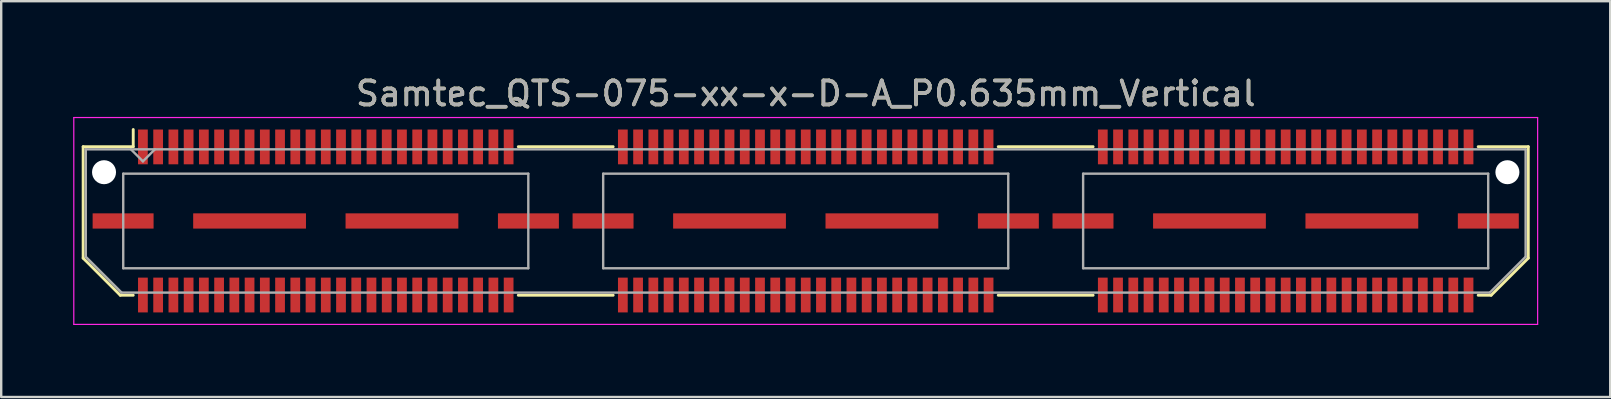
<source format=kicad_pcb>
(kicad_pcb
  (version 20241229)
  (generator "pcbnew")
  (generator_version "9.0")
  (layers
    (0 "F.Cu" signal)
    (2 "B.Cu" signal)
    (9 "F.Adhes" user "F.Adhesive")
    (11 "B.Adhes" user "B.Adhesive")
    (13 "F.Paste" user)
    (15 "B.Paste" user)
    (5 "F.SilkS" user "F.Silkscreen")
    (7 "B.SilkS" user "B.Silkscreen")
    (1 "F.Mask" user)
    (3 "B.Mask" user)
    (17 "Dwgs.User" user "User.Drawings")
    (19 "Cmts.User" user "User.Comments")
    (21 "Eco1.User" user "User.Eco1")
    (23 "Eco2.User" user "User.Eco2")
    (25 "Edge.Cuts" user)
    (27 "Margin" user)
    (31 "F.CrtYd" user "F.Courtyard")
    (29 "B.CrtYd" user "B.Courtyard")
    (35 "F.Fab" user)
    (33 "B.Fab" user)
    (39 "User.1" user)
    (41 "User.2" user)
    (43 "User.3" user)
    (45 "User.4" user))
  (footprint "Samtec_QTS-075-xx-x-D-A_P0.635mm_Vertical"
    (layer "F.Cu")
    (at 30.525 6.158)
    (property "Reference" "Samtec_QTS-075-xx-x-D-A_P0.635mm_Vertical" (at 0 -5.31 0) (layer "F.SilkS") (effects (font (size 1 1) (thickness 0.15))))
    (attr smd)
    (fp_line (start -30.11 -3.095) (end -30.11 1.548) (stroke (width 0.12) (type solid)) (layer "F.SilkS"))
    (fp_line (start -30.11 1.548) (end -28.562 3.095) (stroke (width 0.12) (type solid)) (layer "F.SilkS"))
    (fp_line (start -28.562 3.095) (end -28.023 3.095) (stroke (width 0.12) (type solid)) (layer "F.SilkS"))
    (fp_line (start -28.023 -3.811) (end -28.023 -3.095) (stroke (width 0.12) (type solid)) (layer "F.SilkS"))
    (fp_line (start -28.023 -3.095) (end -30.11 -3.095) (stroke (width 0.12) (type solid)) (layer "F.SilkS"))
    (fp_line (start -11.977 -3.095) (end -8.023 -3.095) (stroke (width 0.12) (type solid)) (layer "F.SilkS"))
    (fp_line (start -11.977 3.095) (end -8.023 3.095) (stroke (width 0.12) (type solid)) (layer "F.SilkS"))
    (fp_line (start 8.023 -3.095) (end 11.977 -3.095) (stroke (width 0.12) (type solid)) (layer "F.SilkS"))
    (fp_line (start 8.023 3.095) (end 11.977 3.095) (stroke (width 0.12) (type solid)) (layer "F.SilkS"))
    (fp_line (start 28.023 -3.095) (end 30.11 -3.095) (stroke (width 0.12) (type solid)) (layer "F.SilkS"))
    (fp_line (start 28.562 3.095) (end 28.023 3.095) (stroke (width 0.12) (type solid)) (layer "F.SilkS"))
    (fp_line (start 30.11 -3.095) (end 30.11 1.548) (stroke (width 0.12) (type solid)) (layer "F.SilkS"))
    (fp_line (start 30.11 1.548) (end 28.562 3.095) (stroke (width 0.12) (type solid)) (layer "F.SilkS"))
    (fp_line (start -30.5 -4.31) (end -30.5 4.31) (stroke (width 0.05) (type solid)) (layer "F.CrtYd"))
    (fp_line (start -30.5 4.31) (end 30.5 4.31) (stroke (width 0.05) (type solid)) (layer "F.CrtYd"))
    (fp_line (start 30.5 -4.31) (end -30.5 -4.31) (stroke (width 0.05) (type solid)) (layer "F.CrtYd"))
    (fp_line (start 30.5 4.31) (end 30.5 -4.31) (stroke (width 0.05) (type solid)) (layer "F.CrtYd"))
    (fp_line (start -30 -2.985) (end -30 1.492) (stroke (width 0.1) (type solid)) (layer "F.Fab"))
    (fp_line (start -30 -2.985) (end 30 -2.985) (stroke (width 0.1) (type solid)) (layer "F.Fab"))
    (fp_line (start -30 1.492) (end -28.508 2.985) (stroke (width 0.1) (type solid)) (layer "F.Fab"))
    (fp_line (start -28.508 2.985) (end 28.508 2.985) (stroke (width 0.1) (type solid)) (layer "F.Fab"))
    (fp_line (start -28.44 -1.97) (end -28.44 1.97) (stroke (width 0.1) (type solid)) (layer "F.Fab"))
    (fp_line (start -28.44 1.97) (end -11.56 1.97) (stroke (width 0.1) (type solid)) (layer "F.Fab"))
    (fp_line (start -27.62 -2.485) (end -28.12 -2.985) (stroke (width 0.1) (type solid)) (layer "F.Fab"))
    (fp_line (start -27.12 -2.985) (end -27.62 -2.485) (stroke (width 0.1) (type solid)) (layer "F.Fab"))
    (fp_line (start -11.56 -1.97) (end -28.44 -1.97) (stroke (width 0.1) (type solid)) (layer "F.Fab"))
    (fp_line (start -11.56 1.97) (end -11.56 -1.97) (stroke (width 0.1) (type solid)) (layer "F.Fab"))
    (fp_line (start -8.44 -1.97) (end -8.44 1.97) (stroke (width 0.1) (type solid)) (layer "F.Fab"))
    (fp_line (start -8.44 1.97) (end 8.44 1.97) (stroke (width 0.1) (type solid)) (layer "F.Fab"))
    (fp_line (start 8.44 -1.97) (end -8.44 -1.97) (stroke (width 0.1) (type solid)) (layer "F.Fab"))
    (fp_line (start 8.44 1.97) (end 8.44 -1.97) (stroke (width 0.1) (type solid)) (layer "F.Fab"))
    (fp_line (start 11.56 -1.97) (end 11.56 1.97) (stroke (width 0.1) (type solid)) (layer "F.Fab"))
    (fp_line (start 11.56 1.97) (end 28.44 1.97) (stroke (width 0.1) (type solid)) (layer "F.Fab"))
    (fp_line (start 28.44 -1.97) (end 11.56 -1.97) (stroke (width 0.1) (type solid)) (layer "F.Fab"))
    (fp_line (start 28.44 1.97) (end 28.44 -1.97) (stroke (width 0.1) (type solid)) (layer "F.Fab"))
    (fp_line (start 30 -2.985) (end 30 1.492) (stroke (width 0.1) (type solid)) (layer "F.Fab"))
    (fp_line (start 30 1.492) (end 28.508 2.985) (stroke (width 0.1) (type solid)) (layer "F.Fab"))
    (fp_text user "${REFERENCE}" (at 0 -5.31 0) (layer "F.Fab") (effects (font (size 1 1) (thickness 0.15))))
    (pad "" np_thru_hole circle (at -29.24 -2.032) (size 1 1) (drill 1) (layers "*.Cu" "*.Mask"))
    (pad "" np_thru_hole circle (at 29.24 -2.032) (size 1 1) (drill 1) (layers "*.Cu" "*.Mask"))
    (pad "1" smd rect (at -27.62 -3.086) (size 0.406 1.45) (layers "F.Cu" "F.Mask" "F.Paste"))
    (pad "2" smd rect (at -27.62 3.086) (size 0.406 1.45) (layers "F.Cu" "F.Mask" "F.Paste"))
    (pad "3" smd rect (at -26.985 -3.086) (size 0.406 1.45) (layers "F.Cu" "F.Mask" "F.Paste"))
    (pad "4" smd rect (at -26.985 3.086) (size 0.406 1.45) (layers "F.Cu" "F.Mask" "F.Paste"))
    (pad "5" smd rect (at -26.35 -3.086) (size 0.406 1.45) (layers "F.Cu" "F.Mask" "F.Paste"))
    (pad "6" smd rect (at -26.35 3.086) (size 0.406 1.45) (layers "F.Cu" "F.Mask" "F.Paste"))
    (pad "7" smd rect (at -25.715 -3.086) (size 0.406 1.45) (layers "F.Cu" "F.Mask" "F.Paste"))
    (pad "8" smd rect (at -25.715 3.086) (size 0.406 1.45) (layers "F.Cu" "F.Mask" "F.Paste"))
    (pad "9" smd rect (at -25.08 -3.086) (size 0.406 1.45) (layers "F.Cu" "F.Mask" "F.Paste"))
    (pad "10" smd rect (at -25.08 3.086) (size 0.406 1.45) (layers "F.Cu" "F.Mask" "F.Paste"))
    (pad "11" smd rect (at -24.445 -3.086) (size 0.406 1.45) (layers "F.Cu" "F.Mask" "F.Paste"))
    (pad "12" smd rect (at -24.445 3.086) (size 0.406 1.45) (layers "F.Cu" "F.Mask" "F.Paste"))
    (pad "13" smd rect (at -23.81 -3.086) (size 0.406 1.45) (layers "F.Cu" "F.Mask" "F.Paste"))
    (pad "14" smd rect (at -23.81 3.086) (size 0.406 1.45) (layers "F.Cu" "F.Mask" "F.Paste"))
    (pad "15" smd rect (at -23.175 -3.086) (size 0.406 1.45) (layers "F.Cu" "F.Mask" "F.Paste"))
    (pad "16" smd rect (at -23.175 3.086) (size 0.406 1.45) (layers "F.Cu" "F.Mask" "F.Paste"))
    (pad "17" smd rect (at -22.54 -3.086) (size 0.406 1.45) (layers "F.Cu" "F.Mask" "F.Paste"))
    (pad "18" smd rect (at -22.54 3.086) (size 0.406 1.45) (layers "F.Cu" "F.Mask" "F.Paste"))
    (pad "19" smd rect (at -21.905 -3.086) (size 0.406 1.45) (layers "F.Cu" "F.Mask" "F.Paste"))
    (pad "20" smd rect (at -21.905 3.086) (size 0.406 1.45) (layers "F.Cu" "F.Mask" "F.Paste"))
    (pad "21" smd rect (at -21.27 -3.086) (size 0.406 1.45) (layers "F.Cu" "F.Mask" "F.Paste"))
    (pad "22" smd rect (at -21.27 3.086) (size 0.406 1.45) (layers "F.Cu" "F.Mask" "F.Paste"))
    (pad "23" smd rect (at -20.635 -3.086) (size 0.406 1.45) (layers "F.Cu" "F.Mask" "F.Paste"))
    (pad "24" smd rect (at -20.635 3.086) (size 0.406 1.45) (layers "F.Cu" "F.Mask" "F.Paste"))
    (pad "25" smd rect (at -20 -3.086) (size 0.406 1.45) (layers "F.Cu" "F.Mask" "F.Paste"))
    (pad "26" smd rect (at -20 3.086) (size 0.406 1.45) (layers "F.Cu" "F.Mask" "F.Paste"))
    (pad "27" smd rect (at -19.365 -3.086) (size 0.406 1.45) (layers "F.Cu" "F.Mask" "F.Paste"))
    (pad "28" smd rect (at -19.365 3.086) (size 0.406 1.45) (layers "F.Cu" "F.Mask" "F.Paste"))
    (pad "29" smd rect (at -18.73 -3.086) (size 0.406 1.45) (layers "F.Cu" "F.Mask" "F.Paste"))
    (pad "30" smd rect (at -18.73 3.086) (size 0.406 1.45) (layers "F.Cu" "F.Mask" "F.Paste"))
    (pad "31" smd rect (at -18.095 -3.086) (size 0.406 1.45) (layers "F.Cu" "F.Mask" "F.Paste"))
    (pad "32" smd rect (at -18.095 3.086) (size 0.406 1.45) (layers "F.Cu" "F.Mask" "F.Paste"))
    (pad "33" smd rect (at -17.46 -3.086) (size 0.406 1.45) (layers "F.Cu" "F.Mask" "F.Paste"))
    (pad "34" smd rect (at -17.46 3.086) (size 0.406 1.45) (layers "F.Cu" "F.Mask" "F.Paste"))
    (pad "35" smd rect (at -16.825 -3.086) (size 0.406 1.45) (layers "F.Cu" "F.Mask" "F.Paste"))
    (pad "36" smd rect (at -16.825 3.086) (size 0.406 1.45) (layers "F.Cu" "F.Mask" "F.Paste"))
    (pad "37" smd rect (at -16.19 -3.086) (size 0.406 1.45) (layers "F.Cu" "F.Mask" "F.Paste"))
    (pad "38" smd rect (at -16.19 3.086) (size 0.406 1.45) (layers "F.Cu" "F.Mask" "F.Paste"))
    (pad "39" smd rect (at -15.555 -3.086) (size 0.406 1.45) (layers "F.Cu" "F.Mask" "F.Paste"))
    (pad "40" smd rect (at -15.555 3.086) (size 0.406 1.45) (layers "F.Cu" "F.Mask" "F.Paste"))
    (pad "41" smd rect (at -14.92 -3.086) (size 0.406 1.45) (layers "F.Cu" "F.Mask" "F.Paste"))
    (pad "42" smd rect (at -14.92 3.086) (size 0.406 1.45) (layers "F.Cu" "F.Mask" "F.Paste"))
    (pad "43" smd rect (at -14.285 -3.086) (size 0.406 1.45) (layers "F.Cu" "F.Mask" "F.Paste"))
    (pad "44" smd rect (at -14.285 3.086) (size 0.406 1.45) (layers "F.Cu" "F.Mask" "F.Paste"))
    (pad "45" smd rect (at -13.65 -3.086) (size 0.406 1.45) (layers "F.Cu" "F.Mask" "F.Paste"))
    (pad "46" smd rect (at -13.65 3.086) (size 0.406 1.45) (layers "F.Cu" "F.Mask" "F.Paste"))
    (pad "47" smd rect (at -13.015 -3.086) (size 0.406 1.45) (layers "F.Cu" "F.Mask" "F.Paste"))
    (pad "48" smd rect (at -13.015 3.086) (size 0.406 1.45) (layers "F.Cu" "F.Mask" "F.Paste"))
    (pad "49" smd rect (at -12.38 -3.086) (size 0.406 1.45) (layers "F.Cu" "F.Mask" "F.Paste"))
    (pad "50" smd rect (at -12.38 3.086) (size 0.406 1.45) (layers "F.Cu" "F.Mask" "F.Paste"))
    (pad "51" smd rect (at -7.62 -3.086) (size 0.406 1.45) (layers "F.Cu" "F.Mask" "F.Paste"))
    (pad "52" smd rect (at -7.62 3.086) (size 0.406 1.45) (layers "F.Cu" "F.Mask" "F.Paste"))
    (pad "53" smd rect (at -6.985 -3.086) (size 0.406 1.45) (layers "F.Cu" "F.Mask" "F.Paste"))
    (pad "54" smd rect (at -6.985 3.086) (size 0.406 1.45) (layers "F.Cu" "F.Mask" "F.Paste"))
    (pad "55" smd rect (at -6.35 -3.086) (size 0.406 1.45) (layers "F.Cu" "F.Mask" "F.Paste"))
    (pad "56" smd rect (at -6.35 3.086) (size 0.406 1.45) (layers "F.Cu" "F.Mask" "F.Paste"))
    (pad "57" smd rect (at -5.715 -3.086) (size 0.406 1.45) (layers "F.Cu" "F.Mask" "F.Paste"))
    (pad "58" smd rect (at -5.715 3.086) (size 0.406 1.45) (layers "F.Cu" "F.Mask" "F.Paste"))
    (pad "59" smd rect (at -5.08 -3.086) (size 0.406 1.45) (layers "F.Cu" "F.Mask" "F.Paste"))
    (pad "60" smd rect (at -5.08 3.086) (size 0.406 1.45) (layers "F.Cu" "F.Mask" "F.Paste"))
    (pad "61" smd rect (at -4.445 -3.086) (size 0.406 1.45) (layers "F.Cu" "F.Mask" "F.Paste"))
    (pad "62" smd rect (at -4.445 3.086) (size 0.406 1.45) (layers "F.Cu" "F.Mask" "F.Paste"))
    (pad "63" smd rect (at -3.81 -3.086) (size 0.406 1.45) (layers "F.Cu" "F.Mask" "F.Paste"))
    (pad "64" smd rect (at -3.81 3.086) (size 0.406 1.45) (layers "F.Cu" "F.Mask" "F.Paste"))
    (pad "65" smd rect (at -3.175 -3.086) (size 0.406 1.45) (layers "F.Cu" "F.Mask" "F.Paste"))
    (pad "66" smd rect (at -3.175 3.086) (size 0.406 1.45) (layers "F.Cu" "F.Mask" "F.Paste"))
    (pad "67" smd rect (at -2.54 -3.086) (size 0.406 1.45) (layers "F.Cu" "F.Mask" "F.Paste"))
    (pad "68" smd rect (at -2.54 3.086) (size 0.406 1.45) (layers "F.Cu" "F.Mask" "F.Paste"))
    (pad "69" smd rect (at -1.905 -3.086) (size 0.406 1.45) (layers "F.Cu" "F.Mask" "F.Paste"))
    (pad "70" smd rect (at -1.905 3.086) (size 0.406 1.45) (layers "F.Cu" "F.Mask" "F.Paste"))
    (pad "71" smd rect (at -1.27 -3.086) (size 0.406 1.45) (layers "F.Cu" "F.Mask" "F.Paste"))
    (pad "72" smd rect (at -1.27 3.086) (size 0.406 1.45) (layers "F.Cu" "F.Mask" "F.Paste"))
    (pad "73" smd rect (at -0.635 -3.086) (size 0.406 1.45) (layers "F.Cu" "F.Mask" "F.Paste"))
    (pad "74" smd rect (at -0.635 3.086) (size 0.406 1.45) (layers "F.Cu" "F.Mask" "F.Paste"))
    (pad "75" smd rect (at 0 -3.086) (size 0.406 1.45) (layers "F.Cu" "F.Mask" "F.Paste"))
    (pad "76" smd rect (at 0 3.086) (size 0.406 1.45) (layers "F.Cu" "F.Mask" "F.Paste"))
    (pad "77" smd rect (at 0.635 -3.086) (size 0.406 1.45) (layers "F.Cu" "F.Mask" "F.Paste"))
    (pad "78" smd rect (at 0.635 3.086) (size 0.406 1.45) (layers "F.Cu" "F.Mask" "F.Paste"))
    (pad "79" smd rect (at 1.27 -3.086) (size 0.406 1.45) (layers "F.Cu" "F.Mask" "F.Paste"))
    (pad "80" smd rect (at 1.27 3.086) (size 0.406 1.45) (layers "F.Cu" "F.Mask" "F.Paste"))
    (pad "81" smd rect (at 1.905 -3.086) (size 0.406 1.45) (layers "F.Cu" "F.Mask" "F.Paste"))
    (pad "82" smd rect (at 1.905 3.086) (size 0.406 1.45) (layers "F.Cu" "F.Mask" "F.Paste"))
    (pad "83" smd rect (at 2.54 -3.086) (size 0.406 1.45) (layers "F.Cu" "F.Mask" "F.Paste"))
    (pad "84" smd rect (at 2.54 3.086) (size 0.406 1.45) (layers "F.Cu" "F.Mask" "F.Paste"))
    (pad "85" smd rect (at 3.175 -3.086) (size 0.406 1.45) (layers "F.Cu" "F.Mask" "F.Paste"))
    (pad "86" smd rect (at 3.175 3.086) (size 0.406 1.45) (layers "F.Cu" "F.Mask" "F.Paste"))
    (pad "87" smd rect (at 3.81 -3.086) (size 0.406 1.45) (layers "F.Cu" "F.Mask" "F.Paste"))
    (pad "88" smd rect (at 3.81 3.086) (size 0.406 1.45) (layers "F.Cu" "F.Mask" "F.Paste"))
    (pad "89" smd rect (at 4.445 -3.086) (size 0.406 1.45) (layers "F.Cu" "F.Mask" "F.Paste"))
    (pad "90" smd rect (at 4.445 3.086) (size 0.406 1.45) (layers "F.Cu" "F.Mask" "F.Paste"))
    (pad "91" smd rect (at 5.08 -3.086) (size 0.406 1.45) (layers "F.Cu" "F.Mask" "F.Paste"))
    (pad "92" smd rect (at 5.08 3.086) (size 0.406 1.45) (layers "F.Cu" "F.Mask" "F.Paste"))
    (pad "93" smd rect (at 5.715 -3.086) (size 0.406 1.45) (layers "F.Cu" "F.Mask" "F.Paste"))
    (pad "94" smd rect (at 5.715 3.086) (size 0.406 1.45) (layers "F.Cu" "F.Mask" "F.Paste"))
    (pad "95" smd rect (at 6.35 -3.086) (size 0.406 1.45) (layers "F.Cu" "F.Mask" "F.Paste"))
    (pad "96" smd rect (at 6.35 3.086) (size 0.406 1.45) (layers "F.Cu" "F.Mask" "F.Paste"))
    (pad "97" smd rect (at 6.985 -3.086) (size 0.406 1.45) (layers "F.Cu" "F.Mask" "F.Paste"))
    (pad "98" smd rect (at 6.985 3.086) (size 0.406 1.45) (layers "F.Cu" "F.Mask" "F.Paste"))
    (pad "99" smd rect (at 7.62 -3.086) (size 0.406 1.45) (layers "F.Cu" "F.Mask" "F.Paste"))
    (pad "100" smd rect (at 7.62 3.086) (size 0.406 1.45) (layers "F.Cu" "F.Mask" "F.Paste"))
    (pad "101" smd rect (at 12.38 -3.086) (size 0.406 1.45) (layers "F.Cu" "F.Mask" "F.Paste"))
    (pad "102" smd rect (at 12.38 3.086) (size 0.406 1.45) (layers "F.Cu" "F.Mask" "F.Paste"))
    (pad "103" smd rect (at 13.015 -3.086) (size 0.406 1.45) (layers "F.Cu" "F.Mask" "F.Paste"))
    (pad "104" smd rect (at 13.015 3.086) (size 0.406 1.45) (layers "F.Cu" "F.Mask" "F.Paste"))
    (pad "105" smd rect (at 13.65 -3.086) (size 0.406 1.45) (layers "F.Cu" "F.Mask" "F.Paste"))
    (pad "106" smd rect (at 13.65 3.086) (size 0.406 1.45) (layers "F.Cu" "F.Mask" "F.Paste"))
    (pad "107" smd rect (at 14.285 -3.086) (size 0.406 1.45) (layers "F.Cu" "F.Mask" "F.Paste"))
    (pad "108" smd rect (at 14.285 3.086) (size 0.406 1.45) (layers "F.Cu" "F.Mask" "F.Paste"))
    (pad "109" smd rect (at 14.92 -3.086) (size 0.406 1.45) (layers "F.Cu" "F.Mask" "F.Paste"))
    (pad "110" smd rect (at 14.92 3.086) (size 0.406 1.45) (layers "F.Cu" "F.Mask" "F.Paste"))
    (pad "111" smd rect (at 15.555 -3.086) (size 0.406 1.45) (layers "F.Cu" "F.Mask" "F.Paste"))
    (pad "112" smd rect (at 15.555 3.086) (size 0.406 1.45) (layers "F.Cu" "F.Mask" "F.Paste"))
    (pad "113" smd rect (at 16.19 -3.086) (size 0.406 1.45) (layers "F.Cu" "F.Mask" "F.Paste"))
    (pad "114" smd rect (at 16.19 3.086) (size 0.406 1.45) (layers "F.Cu" "F.Mask" "F.Paste"))
    (pad "115" smd rect (at 16.825 -3.086) (size 0.406 1.45) (layers "F.Cu" "F.Mask" "F.Paste"))
    (pad "116" smd rect (at 16.825 3.086) (size 0.406 1.45) (layers "F.Cu" "F.Mask" "F.Paste"))
    (pad "117" smd rect (at 17.46 -3.086) (size 0.406 1.45) (layers "F.Cu" "F.Mask" "F.Paste"))
    (pad "118" smd rect (at 17.46 3.086) (size 0.406 1.45) (layers "F.Cu" "F.Mask" "F.Paste"))
    (pad "119" smd rect (at 18.095 -3.086) (size 0.406 1.45) (layers "F.Cu" "F.Mask" "F.Paste"))
    (pad "120" smd rect (at 18.095 3.086) (size 0.406 1.45) (layers "F.Cu" "F.Mask" "F.Paste"))
    (pad "121" smd rect (at 18.73 -3.086) (size 0.406 1.45) (layers "F.Cu" "F.Mask" "F.Paste"))
    (pad "122" smd rect (at 18.73 3.086) (size 0.406 1.45) (layers "F.Cu" "F.Mask" "F.Paste"))
    (pad "123" smd rect (at 19.365 -3.086) (size 0.406 1.45) (layers "F.Cu" "F.Mask" "F.Paste"))
    (pad "124" smd rect (at 19.365 3.086) (size 0.406 1.45) (layers "F.Cu" "F.Mask" "F.Paste"))
    (pad "125" smd rect (at 20 -3.086) (size 0.406 1.45) (layers "F.Cu" "F.Mask" "F.Paste"))
    (pad "126" smd rect (at 20 3.086) (size 0.406 1.45) (layers "F.Cu" "F.Mask" "F.Paste"))
    (pad "127" smd rect (at 20.635 -3.086) (size 0.406 1.45) (layers "F.Cu" "F.Mask" "F.Paste"))
    (pad "128" smd rect (at 20.635 3.086) (size 0.406 1.45) (layers "F.Cu" "F.Mask" "F.Paste"))
    (pad "129" smd rect (at 21.27 -3.086) (size 0.406 1.45) (layers "F.Cu" "F.Mask" "F.Paste"))
    (pad "130" smd rect (at 21.27 3.086) (size 0.406 1.45) (layers "F.Cu" "F.Mask" "F.Paste"))
    (pad "131" smd rect (at 21.905 -3.086) (size 0.406 1.45) (layers "F.Cu" "F.Mask" "F.Paste"))
    (pad "132" smd rect (at 21.905 3.086) (size 0.406 1.45) (layers "F.Cu" "F.Mask" "F.Paste"))
    (pad "133" smd rect (at 22.54 -3.086) (size 0.406 1.45) (layers "F.Cu" "F.Mask" "F.Paste"))
    (pad "134" smd rect (at 22.54 3.086) (size 0.406 1.45) (layers "F.Cu" "F.Mask" "F.Paste"))
    (pad "135" smd rect (at 23.175 -3.086) (size 0.406 1.45) (layers "F.Cu" "F.Mask" "F.Paste"))
    (pad "136" smd rect (at 23.175 3.086) (size 0.406 1.45) (layers "F.Cu" "F.Mask" "F.Paste"))
    (pad "137" smd rect (at 23.81 -3.086) (size 0.406 1.45) (layers "F.Cu" "F.Mask" "F.Paste"))
    (pad "138" smd rect (at 23.81 3.086) (size 0.406 1.45) (layers "F.Cu" "F.Mask" "F.Paste"))
    (pad "139" smd rect (at 24.445 -3.086) (size 0.406 1.45) (layers "F.Cu" "F.Mask" "F.Paste"))
    (pad "140" smd rect (at 24.445 3.086) (size 0.406 1.45) (layers "F.Cu" "F.Mask" "F.Paste"))
    (pad "141" smd rect (at 25.08 -3.086) (size 0.406 1.45) (layers "F.Cu" "F.Mask" "F.Paste"))
    (pad "142" smd rect (at 25.08 3.086) (size 0.406 1.45) (layers "F.Cu" "F.Mask" "F.Paste"))
    (pad "143" smd rect (at 25.715 -3.086) (size 0.406 1.45) (layers "F.Cu" "F.Mask" "F.Paste"))
    (pad "144" smd rect (at 25.715 3.086) (size 0.406 1.45) (layers "F.Cu" "F.Mask" "F.Paste"))
    (pad "145" smd rect (at 26.35 -3.086) (size 0.406 1.45) (layers "F.Cu" "F.Mask" "F.Paste"))
    (pad "146" smd rect (at 26.35 3.086) (size 0.406 1.45) (layers "F.Cu" "F.Mask" "F.Paste"))
    (pad "147" smd rect (at 26.985 -3.086) (size 0.406 1.45) (layers "F.Cu" "F.Mask" "F.Paste"))
    (pad "148" smd rect (at 26.985 3.086) (size 0.406 1.45) (layers "F.Cu" "F.Mask" "F.Paste"))
    (pad "149" smd rect (at 27.62 -3.086) (size 0.406 1.45) (layers "F.Cu" "F.Mask" "F.Paste"))
    (pad "150" smd rect (at 27.62 3.086) (size 0.406 1.45) (layers "F.Cu" "F.Mask" "F.Paste"))
    (pad "P1" smd rect (at -28.445 0) (size 2.54 0.635) (layers "F.Cu" "F.Mask" "F.Paste"))
    (pad "P1" smd rect (at -23.175 0) (size 4.7 0.635) (layers "F.Cu" "F.Mask" "F.Paste"))
    (pad "P1" smd rect (at -16.825 0) (size 4.7 0.635) (layers "F.Cu" "F.Mask" "F.Paste"))
    (pad "P1" smd rect (at -11.555 0) (size 2.54 0.635) (layers "F.Cu" "F.Mask" "F.Paste"))
    (pad "P2" smd rect (at -8.445 0) (size 2.54 0.635) (layers "F.Cu" "F.Mask" "F.Paste"))
    (pad "P2" smd rect (at -3.175 0) (size 4.7 0.635) (layers "F.Cu" "F.Mask" "F.Paste"))
    (pad "P2" smd rect (at 3.175 0) (size 4.7 0.635) (layers "F.Cu" "F.Mask" "F.Paste"))
    (pad "P2" smd rect (at 8.445 0) (size 2.54 0.635) (layers "F.Cu" "F.Mask" "F.Paste"))
    (pad "P3" smd rect (at 11.555 0) (size 2.54 0.635) (layers "F.Cu" "F.Mask" "F.Paste"))
    (pad "P3" smd rect (at 16.825 0) (size 4.7 0.635) (layers "F.Cu" "F.Mask" "F.Paste"))
    (pad "P3" smd rect (at 23.175 0) (size 4.7 0.635) (layers "F.Cu" "F.Mask" "F.Paste"))
    (pad "P3" smd rect (at 28.445 0) (size 2.54 0.635) (layers "F.Cu" "F.Mask" "F.Paste")))
  (gr_rect
    (start -3 -3)
    (end 64.05 13.493)
    (stroke (width 0.1) (type default))
    (fill no)
    (layer "Edge.Cuts")))
</source>
